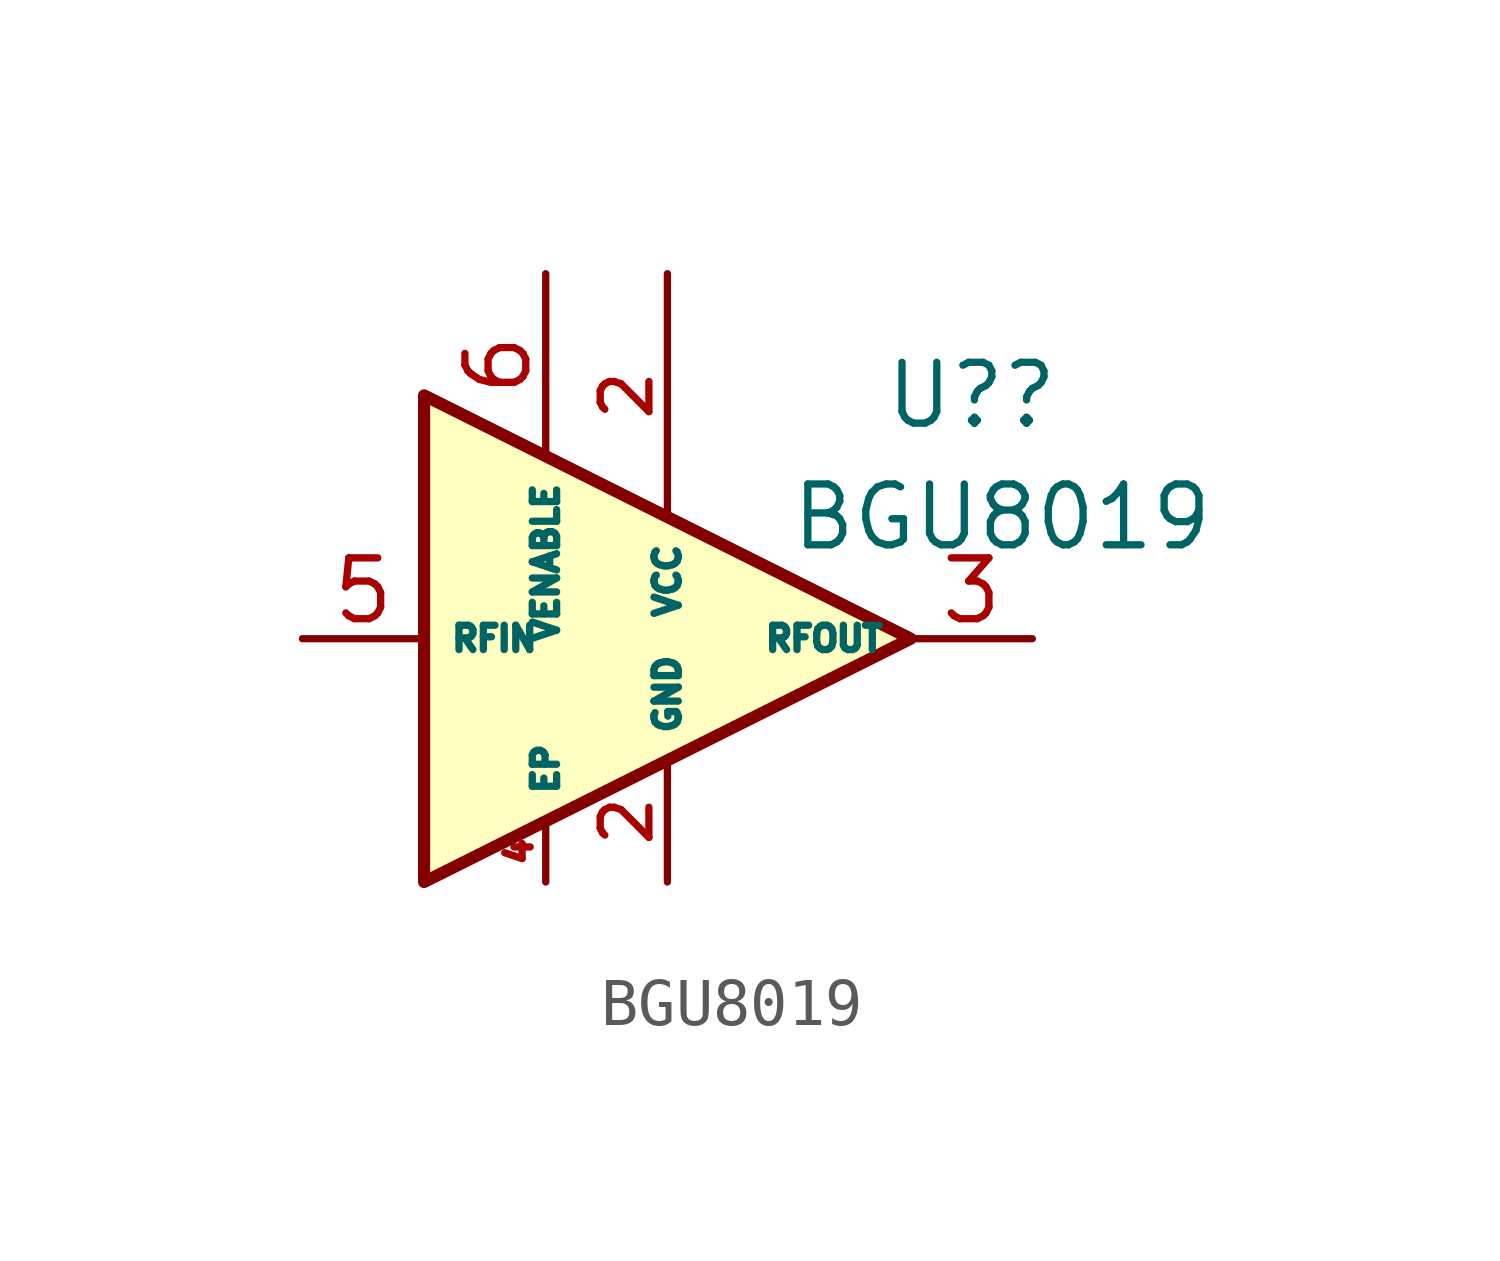
<source format=kicad_sym>
(kicad_symbol_lib
  (version 20211014)
  (generator kicad_symbol_editor)
  (symbol "BGU8019 "
    (property "Reference" "U?"
      (at 8.89 5.08 0)
      (effects (font (size 1.27 1.27))))
    (property "Value" "BGU8019 "
      (at 9.525 2.54 0)
      (effects (font (size 1.27 1.27))))
    (symbol "BGU8019 _0_1"
      (polyline (pts (xy -2.54 5.08) (xy -2.54 -2.54) (xy -2.54 -5.08) (xy 7.62 0) (xy -2.54 5.08)) (stroke (width 0.254) (type default) (color 0 0 0 0)) (fill (type background))))
    (symbol "BGU8019 _1_1"
      (pin passive line (at 2.54 -5.08 90) (length 2.54) hide (name "GND" (effects (font (size 0.508 0.508)))) (number "1" (effects (font (size 1.016 1.016)))))
      (pin power_in line (at 2.54 -5.08 90) (length 2.54) (name "GND" (effects (font (size 0.508 0.508)))) (number "2" (effects (font (size 1.016 1.016)))))
      (pin power_in line (at 2.54 7.62 270) (length 5.08) (name "VCC" (effects (font (size 0.508 0.508)))) (number "2" (effects (font (size 1.016 1.016)))))
      (pin output line (at 10.16 0 180) (length 2.54) (name "RFOUT" (effects (font (size 0.508 0.508)))) (number "3" (effects (font (size 1.27 1.27)))))
      (pin passive line (at 0 -5.08 90) (length 1.27) (name "EP" (effects (font (size 0.508 0.508)))) (number "4" (effects (font (size 0.508 0.508)))))
      (pin input line (at -5.08 0 0) (length 2.54) (name "RFIN" (effects (font (size 0.508 0.508)))) (number "5" (effects (font (size 1.27 1.27)))))
      (pin input line (at 0 7.62 270) (length 3.81) (name "VENABLE" (effects (font (size 0.508 0.508)))) (number "6" (effects (font (size 1.27 1.27))))))))
</source>
